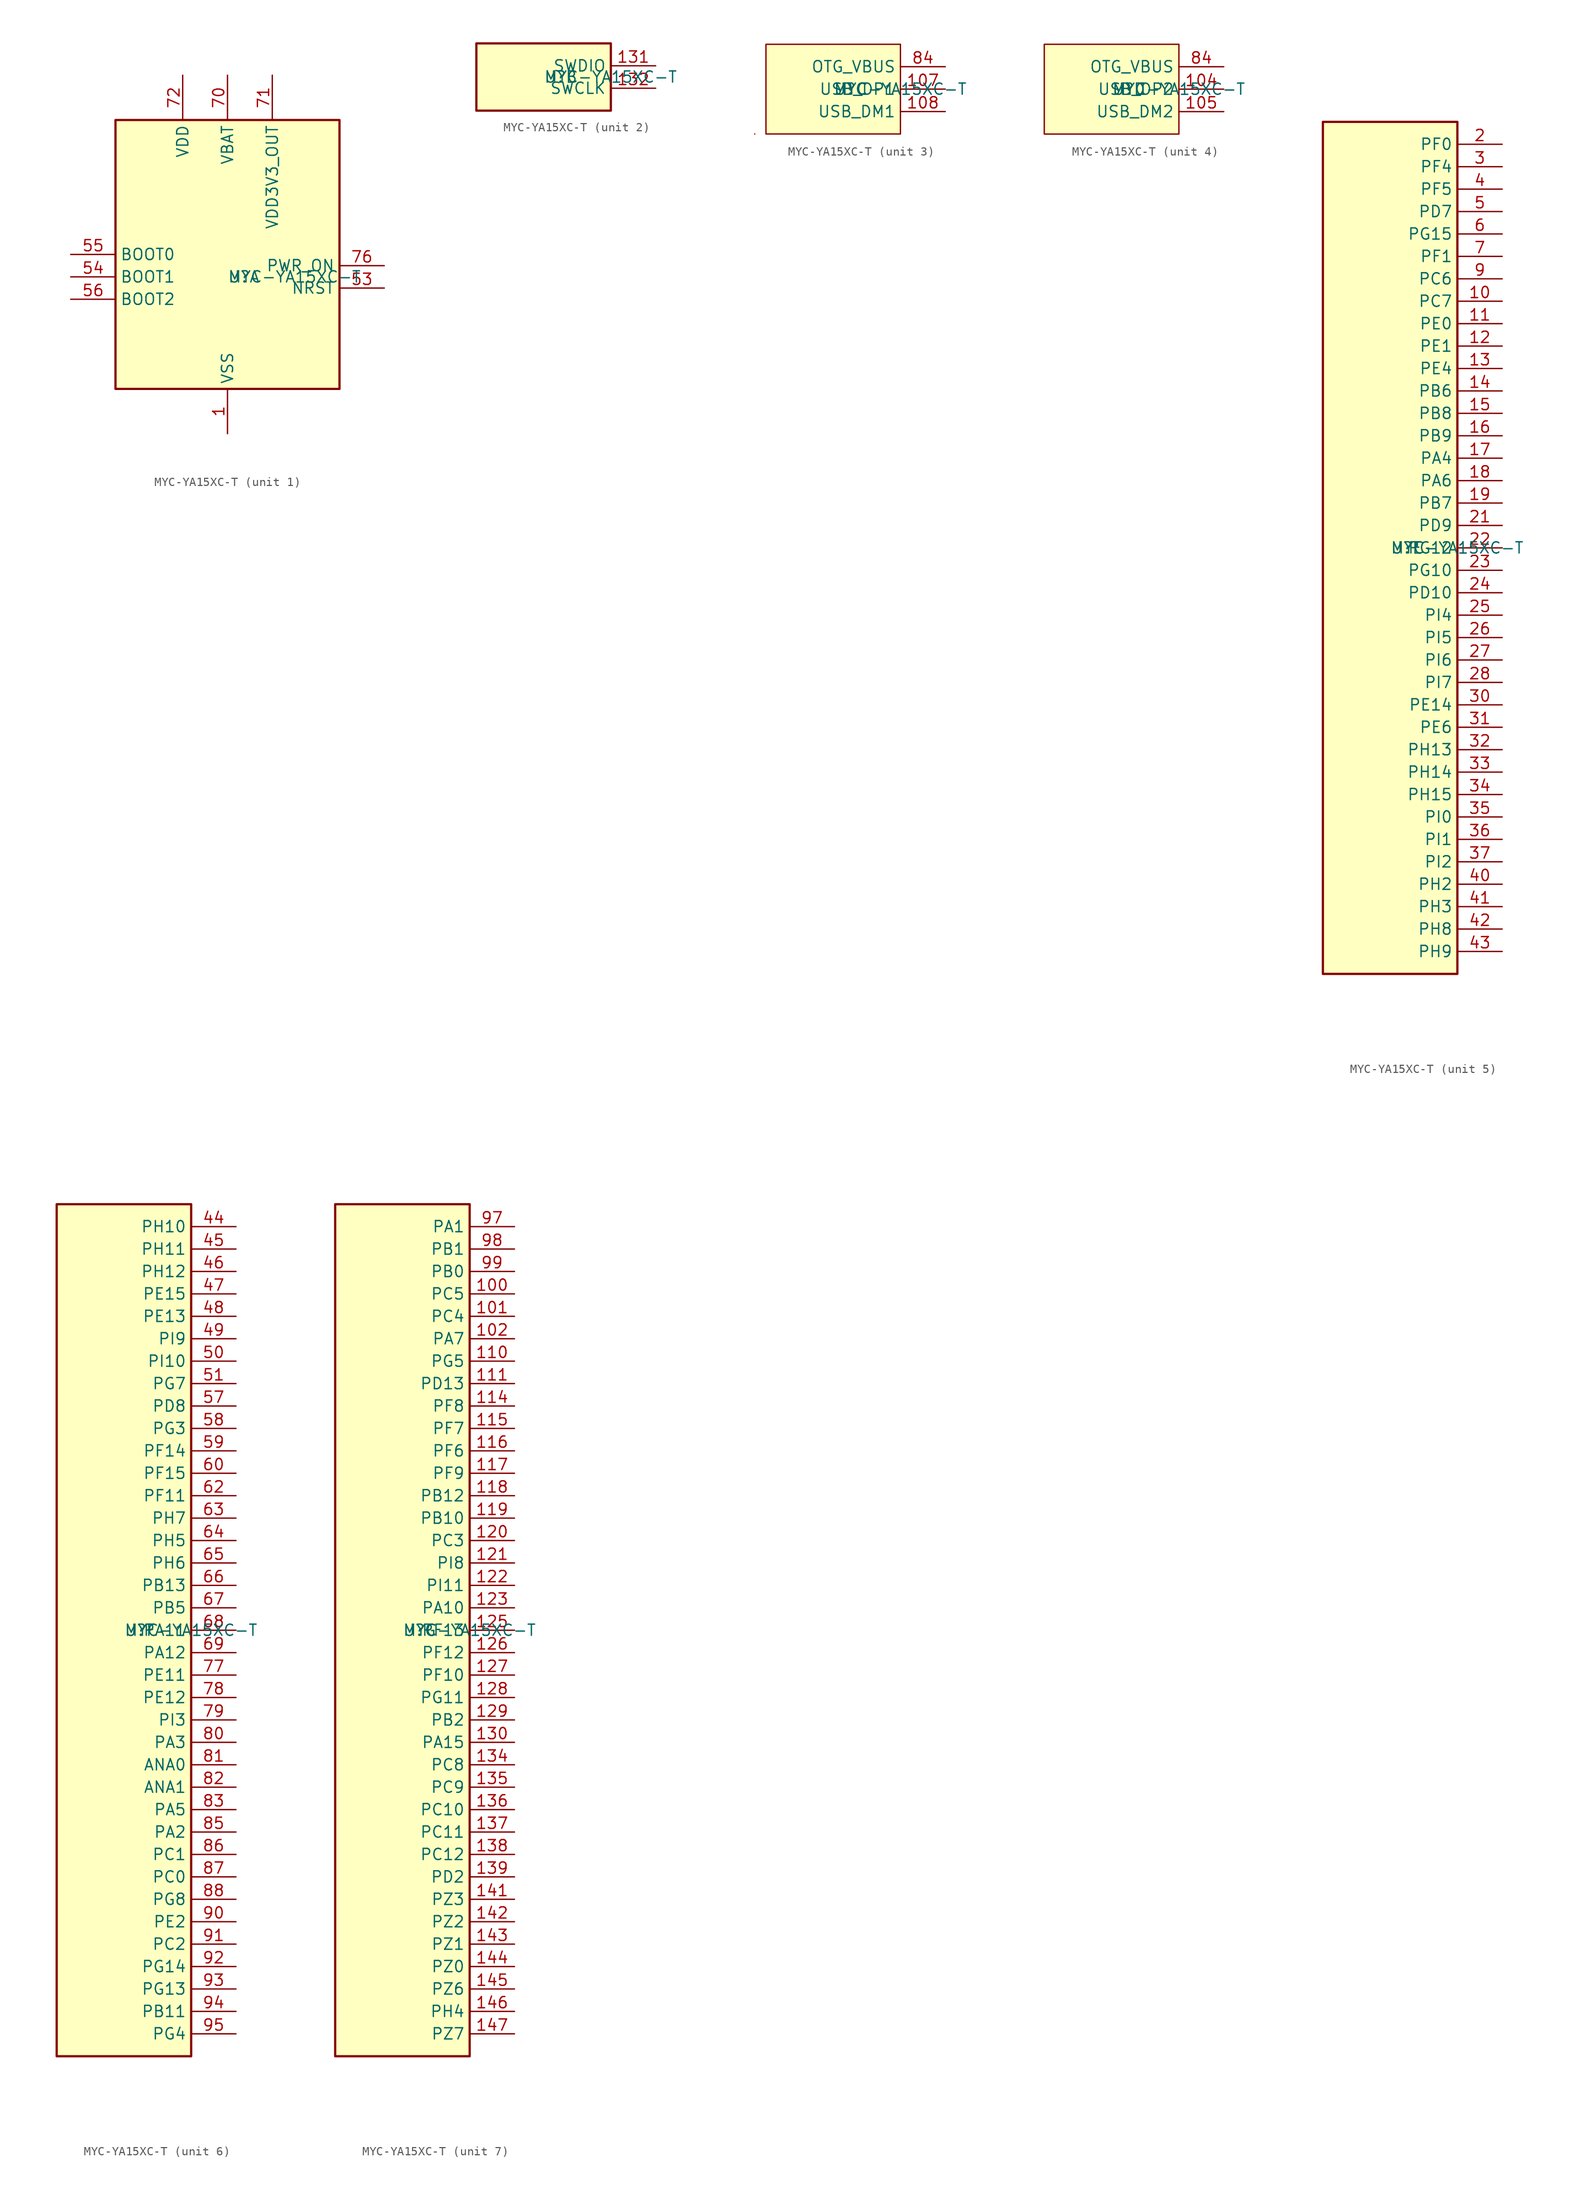
<source format=kicad_sym>
(kicad_symbol_lib
  (version 20211014)
  (generator kicad_symbol_editor)
  (symbol "MYC-YA15XC-T"
    (property "Reference" "U"
      (at 0 0 0)
      (effects (font (size 1.27 1.27)) (justify left)))
    (property "Value" "MYC-YA15XC-T"
      (at 0 0 0)
      (effects (font (size 1.27 1.27)) (justify left)))
    (property "ki_locked" ""
      (at 0 0 0)
      (effects (font (size 1.27 1.27))))
    (symbol "MYC-YA15XC-T_1_1"
      (rectangle (start -12.7 17.78) (end 12.7 -12.7) (stroke (width 0.254) (type default) (color 0 0 0 0)) (fill (type background)))
      (pin power_in line (at 0 -17.78 90) (length 5.08) (name "VSS" (effects (font (size 1.27 1.27)))) (number "1" (effects (font (size 1.27 1.27)))))
      (pin power_in line (at 0 -17.78 90) (length 5.08) hide (name "VSS" (effects (font (size 1.27 1.27)))) (number "103" (effects (font (size 1.27 1.27)))))
      (pin power_in line (at 0 -17.78 90) (length 5.08) hide (name "VSS" (effects (font (size 1.27 1.27)))) (number "106" (effects (font (size 1.27 1.27)))))
      (pin power_in line (at 0 -17.78 90) (length 5.08) hide (name "VSS" (effects (font (size 1.27 1.27)))) (number "109" (effects (font (size 1.27 1.27)))))
      (pin power_in line (at 0 -17.78 90) (length 5.08) hide (name "VSS" (effects (font (size 1.27 1.27)))) (number "112" (effects (font (size 1.27 1.27)))))
      (pin power_in line (at 0 -17.78 90) (length 5.08) hide (name "VSS" (effects (font (size 1.27 1.27)))) (number "113" (effects (font (size 1.27 1.27)))))
      (pin power_in line (at 0 -17.78 90) (length 5.08) hide (name "VSS" (effects (font (size 1.27 1.27)))) (number "124" (effects (font (size 1.27 1.27)))))
      (pin power_in line (at 0 -17.78 90) (length 5.08) hide (name "VSS" (effects (font (size 1.27 1.27)))) (number "133" (effects (font (size 1.27 1.27)))))
      (pin power_in line (at 0 -17.78 90) (length 5.08) hide (name "VSS" (effects (font (size 1.27 1.27)))) (number "140" (effects (font (size 1.27 1.27)))))
      (pin power_in line (at 0 -17.78 90) (length 5.08) hide (name "VSS" (effects (font (size 1.27 1.27)))) (number "148" (effects (font (size 1.27 1.27)))))
      (pin power_in line (at 0 -17.78 90) (length 5.08) hide (name "VSS" (effects (font (size 1.27 1.27)))) (number "20" (effects (font (size 1.27 1.27)))))
      (pin power_in line (at 0 -17.78 90) (length 5.08) hide (name "VSS" (effects (font (size 1.27 1.27)))) (number "29" (effects (font (size 1.27 1.27)))))
      (pin power_in line (at 0 -17.78 90) (length 5.08) hide (name "VSS" (effects (font (size 1.27 1.27)))) (number "38" (effects (font (size 1.27 1.27)))))
      (pin power_in line (at 0 -17.78 90) (length 5.08) hide (name "VSS" (effects (font (size 1.27 1.27)))) (number "39" (effects (font (size 1.27 1.27)))))
      (pin power_in line (at 0 -17.78 90) (length 5.08) hide (name "VSS" (effects (font (size 1.27 1.27)))) (number "52" (effects (font (size 1.27 1.27)))))
      (pin input line (at 17.78 -1.27 180) (length 5.08) (name "NRST" (effects (font (size 1.27 1.27)))) (number "53" (effects (font (size 1.27 1.27)))))
      (pin input line (at -17.78 0 0) (length 5.08) (name "BOOT1" (effects (font (size 1.27 1.27)))) (number "54" (effects (font (size 1.27 1.27)))))
      (pin input line (at -17.78 2.54 0) (length 5.08) (name "BOOT0" (effects (font (size 1.27 1.27)))) (number "55" (effects (font (size 1.27 1.27)))))
      (pin input line (at -17.78 -2.54 0) (length 5.08) (name "BOOT2" (effects (font (size 1.27 1.27)))) (number "56" (effects (font (size 1.27 1.27)))))
      (pin power_in line (at 0 -17.78 90) (length 5.08) hide (name "VSS" (effects (font (size 1.27 1.27)))) (number "61" (effects (font (size 1.27 1.27)))))
      (pin power_in line (at 0 22.86 270) (length 5.08) (name "VBAT" (effects (font (size 1.27 1.27)))) (number "70" (effects (font (size 1.27 1.27)))))
      (pin power_out line (at 5.08 22.86 270) (length 5.08) (name "VDD3V3_OUT" (effects (font (size 1.27 1.27)))) (number "71" (effects (font (size 1.27 1.27)))))
      (pin power_in line (at -5.08 22.86 270) (length 5.08) (name "VDD" (effects (font (size 1.27 1.27)))) (number "72" (effects (font (size 1.27 1.27)))))
      (pin power_in line (at -5.08 22.86 270) (length 5.08) hide (name "VDD" (effects (font (size 1.27 1.27)))) (number "73" (effects (font (size 1.27 1.27)))))
      (pin power_in line (at 0 -17.78 90) (length 5.08) hide (name "VSS" (effects (font (size 1.27 1.27)))) (number "74" (effects (font (size 1.27 1.27)))))
      (pin power_in line (at 0 -17.78 90) (length 5.08) hide (name "VSS" (effects (font (size 1.27 1.27)))) (number "75" (effects (font (size 1.27 1.27)))))
      (pin power_in line (at 17.78 1.27 180) (length 5.08) (name "PWR_ON" (effects (font (size 1.27 1.27)))) (number "76" (effects (font (size 1.27 1.27)))))
      (pin power_in line (at 0 -17.78 90) (length 5.08) hide (name "VSS" (effects (font (size 1.27 1.27)))) (number "8" (effects (font (size 1.27 1.27)))))
      (pin power_in line (at 0 -17.78 90) (length 5.08) hide (name "VSS" (effects (font (size 1.27 1.27)))) (number "84" (effects (font (size 1.27 1.27)))))
      (pin power_in line (at 0 -17.78 90) (length 5.08) hide (name "VSS" (effects (font (size 1.27 1.27)))) (number "89" (effects (font (size 1.27 1.27)))))
      (pin power_in line (at 0 -17.78 90) (length 5.08) hide (name "VSS" (effects (font (size 1.27 1.27)))) (number "96" (effects (font (size 1.27 1.27))))))
    (symbol "MYC-YA15XC-T_2_1"
      (rectangle (start -7.62 3.81) (end 7.62 -3.81) (stroke (width 0.254) (type default) (color 0 0 0 0)) (fill (type background)))
      (pin bidirectional line (at 12.7 1.27 180) (length 5.08) (name "SWDIO" (effects (font (size 1.27 1.27)))) (number "131" (effects (font (size 1.27 1.27)))))
      (pin output line (at 12.7 -1.27 180) (length 5.08) (name "SWCLK" (effects (font (size 1.27 1.27)))) (number "132" (effects (font (size 1.27 1.27))))))
    (symbol "MYC-YA15XC-T_3_1"
      (rectangle (start -8.89 -5.08) (end -8.89 -5.08) (stroke (width 0) (type default) (color 0 0 0 0)) (fill (type none)))
      (rectangle (start -7.62 5.08) (end 7.62 -5.08) (stroke (width 0) (type default) (color 0 0 0 0)) (fill (type background)))
      (pin bidirectional line (at 12.7 0 180) (length 5.08) (name "USB_DP1" (effects (font (size 1.27 1.27)))) (number "107" (effects (font (size 1.27 1.27)))) (alternate "USBH_HS1_DP" bidirectional line))
      (pin bidirectional line (at 12.7 -2.54 180) (length 5.08) (name "USB_DM1" (effects (font (size 1.27 1.27)))) (number "108" (effects (font (size 1.27 1.27)))) (alternate "USBH_HS1_DM" bidirectional line))
      (pin bidirectional line (at 12.7 2.54 180) (length 5.08) (name "OTG_VBUS" (effects (font (size 1.27 1.27)))) (number "84" (effects (font (size 1.27 1.27)))) (alternate "USB_OTG_HS_VBUS" bidirectional line)))
    (symbol "MYC-YA15XC-T_4_1"
      (rectangle (start -7.62 5.08) (end 7.62 -5.08) (stroke (width 0) (type default) (color 0 0 0 0)) (fill (type background)))
      (pin bidirectional line (at 12.7 0 180) (length 5.08) (name "USB_DP2" (effects (font (size 1.27 1.27)))) (number "104" (effects (font (size 1.27 1.27)))) (alternate "USBH_HS2_DP" bidirectional line) (alternate "USB_OTG_HS_DP" bidirectional line))
      (pin bidirectional line (at 12.7 -2.54 180) (length 5.08) (name "USB_DM2" (effects (font (size 1.27 1.27)))) (number "105" (effects (font (size 1.27 1.27)))) (alternate "USBH_HS2_DM" bidirectional line) (alternate "USB_OTG_HS_DM" bidirectional line))
      (pin bidirectional line (at 12.7 2.54 180) (length 5.08) (name "OTG_VBUS" (effects (font (size 1.27 1.27)))) (number "84" (effects (font (size 1.27 1.27)))) (alternate "USB_OTG_HS_VBUS" bidirectional line)))
    (symbol "MYC-YA15XC-T_5_1"
      (rectangle (start -7.62 48.26) (end 7.62 -48.26) (stroke (width 0.254) (type default) (color 0 0 0 0)) (fill (type background)))
      (pin bidirectional line (at 12.7 27.94 180) (length 5.08) (name "PC7" (effects (font (size 1.27 1.27)))) (number "10" (effects (font (size 1.27 1.27)))) (alternate "DCMI_D1" bidirectional line) (alternate "DFSDM1_DATIN3" bidirectional line) (alternate "HDP_HDP4" bidirectional line) (alternate "I2S3_MCK" bidirectional line) (alternate "LTDC_G6" bidirectional line) (alternate "SDMMC1_D123DIR" bidirectional line) (alternate "SDMMC1_D7" bidirectional line) (alternate "SDMMC2_D123DIR" bidirectional line) (alternate "SDMMC2_D7" bidirectional line) (alternate "TIM3_CH2" bidirectional line) (alternate "TIM8_CH2" bidirectional line) (alternate "USART6_RX" bidirectional line))
      (pin bidirectional line (at 12.7 25.4 180) (length 5.08) (name "PE0" (effects (font (size 1.27 1.27)))) (number "11" (effects (font (size 1.27 1.27)))) (alternate "DCMI_D2" bidirectional line) (alternate "FMC_NBL0" bidirectional line) (alternate "I2S3_CK" bidirectional line) (alternate "LPTIM1_ETR" bidirectional line) (alternate "LPTIM2_ETR" bidirectional line) (alternate "SAI2_MCLK_A" bidirectional line) (alternate "SAI4_MCLK_B" bidirectional line) (alternate "SPI3_SCK" bidirectional line) (alternate "TIM4_ETR" bidirectional line) (alternate "UART8_RX" bidirectional line))
      (pin bidirectional line (at 12.7 22.86 180) (length 5.08) (name "PE1" (effects (font (size 1.27 1.27)))) (number "12" (effects (font (size 1.27 1.27)))) (alternate "DCMI_D3" bidirectional line) (alternate "FMC_NBL1" bidirectional line) (alternate "I2S2_MCK" bidirectional line) (alternate "LPTIM1_IN2" bidirectional line) (alternate "SAI3_SD_B" bidirectional line) (alternate "UART8_TX" bidirectional line))
      (pin bidirectional line (at 12.7 20.32 180) (length 5.08) (name "PE4" (effects (font (size 1.27 1.27)))) (number "13" (effects (font (size 1.27 1.27)))) (alternate "DCMI_D4" bidirectional line) (alternate "DEBUG_TRACED1" bidirectional line) (alternate "DFSDM1_DATIN3" bidirectional line) (alternate "FMC_A20" bidirectional line) (alternate "LTDC_B0" bidirectional line) (alternate "SAI1_D2" bidirectional line) (alternate "SAI1_FS_A" bidirectional line) (alternate "SDMMC1_CKIN" bidirectional line) (alternate "SDMMC1_D4" bidirectional line) (alternate "SDMMC2_CKIN" bidirectional line) (alternate "SDMMC2_D4" bidirectional line) (alternate "SPI4_NSS" bidirectional line) (alternate "TIM15_CH1N" bidirectional line))
      (pin bidirectional line (at 12.7 17.78 180) (length 5.08) (name "PB6" (effects (font (size 1.27 1.27)))) (number "14" (effects (font (size 1.27 1.27)))) (alternate "CEC" bidirectional line) (alternate "DCMI_D5" bidirectional line) (alternate "DFSDM1_DATIN5" bidirectional line) (alternate "I2C1_SCL" bidirectional line) (alternate "I2C4_SCL" bidirectional line) (alternate "QUADSPI_BK1_NCS" bidirectional line) (alternate "TIM16_CH1N" bidirectional line) (alternate "TIM4_CH1" bidirectional line) (alternate "UART5_TX" bidirectional line) (alternate "USART1_TX" bidirectional line))
      (pin bidirectional line (at 12.7 15.24 180) (length 5.08) (name "PB8" (effects (font (size 1.27 1.27)))) (number "15" (effects (font (size 1.27 1.27)))) (alternate "DCMI_D6" bidirectional line) (alternate "DFSDM1_CKIN7" bidirectional line) (alternate "ETH1_TXD3" bidirectional line) (alternate "HDP_HDP6" bidirectional line) (alternate "I2C1_SCL" bidirectional line) (alternate "I2C4_SCL" bidirectional line) (alternate "LTDC_B6" bidirectional line) (alternate "SDMMC1_CKIN" bidirectional line) (alternate "SDMMC1_D4" bidirectional line) (alternate "SDMMC2_CKIN" bidirectional line) (alternate "SDMMC2_D4" bidirectional line) (alternate "TIM16_CH1" bidirectional line) (alternate "TIM4_CH3" bidirectional line) (alternate "UART4_RX" bidirectional line))
      (pin bidirectional line (at 12.7 12.7 180) (length 5.08) (name "PB9" (effects (font (size 1.27 1.27)))) (number "16" (effects (font (size 1.27 1.27)))) (alternate "DAC1_EXTI9" bidirectional line) (alternate "DCMI_D7" bidirectional line) (alternate "DFSDM1_DATIN7" bidirectional line) (alternate "HDP_HDP7" bidirectional line) (alternate "I2C1_SDA" bidirectional line) (alternate "I2C4_SDA" bidirectional line) (alternate "I2S2_WS" bidirectional line) (alternate "LTDC_B7" bidirectional line) (alternate "SDMMC1_CDIR" bidirectional line) (alternate "SDMMC1_D5" bidirectional line) (alternate "SDMMC2_CDIR" bidirectional line) (alternate "SDMMC2_D5" bidirectional line) (alternate "SPI2_NSS" bidirectional line) (alternate "TIM17_CH1" bidirectional line) (alternate "TIM4_CH4" bidirectional line) (alternate "UART4_TX" bidirectional line))
      (pin bidirectional line (at 12.7 10.16 180) (length 5.08) (name "PA4" (effects (font (size 1.27 1.27)))) (number "17" (effects (font (size 1.27 1.27)))) (alternate "ADC1_INP18" bidirectional line) (alternate "ADC2_INP18" bidirectional line) (alternate "DAC1_OUT1" bidirectional line) (alternate "DCMI_HSYNC" bidirectional line) (alternate "HDP_HDP0" bidirectional line) (alternate "I2S1_WS" bidirectional line) (alternate "I2S3_WS" bidirectional line) (alternate "LTDC_VSYNC" bidirectional line) (alternate "SAI4_D2" bidirectional line) (alternate "SAI4_FS_A" bidirectional line) (alternate "SPI1_NSS" bidirectional line) (alternate "SPI3_NSS" bidirectional line) (alternate "SPI6_NSS" bidirectional line) (alternate "TIM5_ETR" bidirectional line) (alternate "USART2_CK" bidirectional line))
      (pin bidirectional line (at 12.7 7.62 180) (length 5.08) (name "PA6" (effects (font (size 1.27 1.27)))) (number "18" (effects (font (size 1.27 1.27)))) (alternate "ADC1_INP3" bidirectional line) (alternate "ADC2_INP3" bidirectional line) (alternate "DCMI_PIXCLK" bidirectional line) (alternate "I2S1_SDI" bidirectional line) (alternate "LTDC_G2" bidirectional line) (alternate "SAI4_CK2" bidirectional line) (alternate "SAI4_SCK_A" bidirectional line) (alternate "SPI1_MISO" bidirectional line) (alternate "SPI6_MISO" bidirectional line) (alternate "TIM13_CH1" bidirectional line) (alternate "TIM1_BKIN" bidirectional line) (alternate "TIM3_CH1" bidirectional line) (alternate "TIM8_BKIN" bidirectional line))
      (pin bidirectional line (at 12.7 5.08 180) (length 5.08) (name "PB7" (effects (font (size 1.27 1.27)))) (number "19" (effects (font (size 1.27 1.27)))) (alternate "DCMI_VSYNC" bidirectional line) (alternate "DFSDM1_CKIN5" bidirectional line) (alternate "FMC_NL" bidirectional line) (alternate "I2C1_SDA" bidirectional line) (alternate "I2C4_SDA" bidirectional line) (alternate "SDMMC2_D1" bidirectional line) (alternate "TIM17_CH1N" bidirectional line) (alternate "TIM4_CH2" bidirectional line) (alternate "USART1_RX" bidirectional line))
      (pin bidirectional line (at 12.7 45.72 180) (length 5.08) (name "PF0" (effects (font (size 1.27 1.27)))) (number "2" (effects (font (size 1.27 1.27)))) (alternate "FMC_A0" bidirectional line) (alternate "I2C2_SDA" bidirectional line) (alternate "SDMMC3_CKIN" bidirectional line) (alternate "SDMMC3_D0" bidirectional line))
      (pin bidirectional line (at 12.7 2.54 180) (length 5.08) (name "PD9" (effects (font (size 1.27 1.27)))) (number "21" (effects (font (size 1.27 1.27)))) (alternate "DAC1_EXTI9" bidirectional line) (alternate "DCMI_HSYNC" bidirectional line) (alternate "DFSDM1_DATIN3" bidirectional line) (alternate "FMC_D14" bidirectional line) (alternate "FMC_DA14" bidirectional line) (alternate "LTDC_B0" bidirectional line) (alternate "SAI3_SD_B" bidirectional line) (alternate "USART3_RX" bidirectional line))
      (pin bidirectional line (at 12.7 0 180) (length 5.08) (name "PG12" (effects (font (size 1.27 1.27)))) (number "22" (effects (font (size 1.27 1.27)))) (alternate "ETH1_PHY_INTN" bidirectional line) (alternate "FMC_NE4" bidirectional line) (alternate "LPTIM1_IN1" bidirectional line) (alternate "LTDC_B1" bidirectional line) (alternate "LTDC_B4" bidirectional line) (alternate "SAI4_CK2" bidirectional line) (alternate "SAI4_SCK_A" bidirectional line) (alternate "SPDIFRX_IN1" bidirectional line) (alternate "SPI6_MISO" bidirectional line) (alternate "USART6_DE" bidirectional line) (alternate "USART6_RTS" bidirectional line))
      (pin bidirectional line (at 12.7 -2.54 180) (length 5.08) (name "PG10" (effects (font (size 1.27 1.27)))) (number "23" (effects (font (size 1.27 1.27)))) (alternate "DCMI_D2" bidirectional line) (alternate "DEBUG_TRACED10" bidirectional line) (alternate "FMC_NE3" bidirectional line) (alternate "LTDC_B2" bidirectional line) (alternate "LTDC_G3" bidirectional line) (alternate "QUADSPI_BK2_IO2" bidirectional line) (alternate "SAI2_SD_B" bidirectional line) (alternate "UART8_CTS" bidirectional line))
      (pin bidirectional line (at 12.7 -5.08 180) (length 5.08) (name "PD10" (effects (font (size 1.27 1.27)))) (number "24" (effects (font (size 1.27 1.27)))) (alternate "DFSDM1_CKOUT" bidirectional line) (alternate "FMC_D15" bidirectional line) (alternate "FMC_DA15" bidirectional line) (alternate "I2C5_SMBA" bidirectional line) (alternate "I2S3_SDI" bidirectional line) (alternate "LTDC_B3" bidirectional line) (alternate "RTC_REFIN" bidirectional line) (alternate "SAI3_FS_B" bidirectional line) (alternate "SPI3_MISO" bidirectional line) (alternate "TIM16_BKIN" bidirectional line) (alternate "USART3_CK" bidirectional line))
      (pin bidirectional line (at 12.7 -7.62 180) (length 5.08) (name "PI4" (effects (font (size 1.27 1.27)))) (number "25" (effects (font (size 1.27 1.27)))) (alternate "DCMI_D5" bidirectional line) (alternate "LTDC_B4" bidirectional line) (alternate "SAI2_MCLK_A" bidirectional line) (alternate "TIM8_BKIN" bidirectional line))
      (pin bidirectional line (at 12.7 -10.16 180) (length 5.08) (name "PI5" (effects (font (size 1.27 1.27)))) (number "26" (effects (font (size 1.27 1.27)))) (alternate "DCMI_VSYNC" bidirectional line) (alternate "LTDC_B5" bidirectional line) (alternate "SAI2_SCK_A" bidirectional line) (alternate "TIM8_CH1" bidirectional line))
      (pin bidirectional line (at 12.7 -12.7 180) (length 5.08) (name "PI6" (effects (font (size 1.27 1.27)))) (number "27" (effects (font (size 1.27 1.27)))) (alternate "DCMI_D6" bidirectional line) (alternate "LTDC_B6" bidirectional line) (alternate "SAI2_SD_A" bidirectional line) (alternate "TIM8_CH2" bidirectional line))
      (pin bidirectional line (at 12.7 -15.24 180) (length 5.08) (name "PI7" (effects (font (size 1.27 1.27)))) (number "28" (effects (font (size 1.27 1.27)))) (alternate "DCMI_D7" bidirectional line) (alternate "LTDC_B7" bidirectional line) (alternate "SAI2_FS_A" bidirectional line) (alternate "TIM8_CH3" bidirectional line))
      (pin bidirectional line (at 12.7 43.18 180) (length 5.08) (name "PF4" (effects (font (size 1.27 1.27)))) (number "3" (effects (font (size 1.27 1.27)))) (alternate "FMC_A4" bidirectional line) (alternate "SDMMC3_D1" bidirectional line) (alternate "SDMMC3_D123DIR" bidirectional line) (alternate "USART2_RX" bidirectional line))
      (pin bidirectional line (at 12.7 -17.78 180) (length 5.08) (name "PE14" (effects (font (size 1.27 1.27)))) (number "30" (effects (font (size 1.27 1.27)))) (alternate "FMC_D11" bidirectional line) (alternate "FMC_DA11" bidirectional line) (alternate "LTDC_CLK" bidirectional line) (alternate "LTDC_G0" bidirectional line) (alternate "SAI2_MCLK_B" bidirectional line) (alternate "SDMMC1_D123DIR" bidirectional line) (alternate "SPI4_MOSI" bidirectional line) (alternate "TIM1_CH4" bidirectional line) (alternate "UART8_DE" bidirectional line) (alternate "UART8_RTS" bidirectional line))
      (pin bidirectional line (at 12.7 -20.32 180) (length 5.08) (name "PE6" (effects (font (size 1.27 1.27)))) (number "31" (effects (font (size 1.27 1.27)))) (alternate "DCMI_D7" bidirectional line) (alternate "DEBUG_TRACED2" bidirectional line) (alternate "FMC_A22" bidirectional line) (alternate "LTDC_G1" bidirectional line) (alternate "SAI1_D1" bidirectional line) (alternate "SAI1_SD_A" bidirectional line) (alternate "SAI2_MCLK_B" bidirectional line) (alternate "SDMMC1_D2" bidirectional line) (alternate "SDMMC2_D0" bidirectional line) (alternate "SPI4_MOSI" bidirectional line) (alternate "TIM15_CH2" bidirectional line) (alternate "TIM1_BKIN2" bidirectional line))
      (pin bidirectional line (at 12.7 -22.86 180) (length 5.08) (name "PH13" (effects (font (size 1.27 1.27)))) (number "32" (effects (font (size 1.27 1.27)))) (alternate "LTDC_G2" bidirectional line) (alternate "TIM8_CH1N" bidirectional line) (alternate "UART4_TX" bidirectional line))
      (pin bidirectional line (at 12.7 -25.4 180) (length 5.08) (name "PH14" (effects (font (size 1.27 1.27)))) (number "33" (effects (font (size 1.27 1.27)))) (alternate "DCMI_D4" bidirectional line) (alternate "LTDC_G3" bidirectional line) (alternate "TIM8_CH2N" bidirectional line) (alternate "UART4_RX" bidirectional line))
      (pin bidirectional line (at 12.7 -27.94 180) (length 5.08) (name "PH15" (effects (font (size 1.27 1.27)))) (number "34" (effects (font (size 1.27 1.27)))) (alternate "ADC1_EXTI15" bidirectional line) (alternate "ADC2_EXTI15" bidirectional line) (alternate "DCMI_D11" bidirectional line) (alternate "LTDC_G4" bidirectional line) (alternate "TIM8_CH3N" bidirectional line))
      (pin bidirectional line (at 12.7 -30.48 180) (length 5.08) (name "PI0" (effects (font (size 1.27 1.27)))) (number "35" (effects (font (size 1.27 1.27)))) (alternate "DCMI_D13" bidirectional line) (alternate "I2S2_WS" bidirectional line) (alternate "LTDC_G5" bidirectional line) (alternate "SPI2_NSS" bidirectional line) (alternate "TIM5_CH4" bidirectional line))
      (pin bidirectional line (at 12.7 -33.02 180) (length 5.08) (name "PI1" (effects (font (size 1.27 1.27)))) (number "36" (effects (font (size 1.27 1.27)))) (alternate "DCMI_D8" bidirectional line) (alternate "I2S2_CK" bidirectional line) (alternate "LTDC_G6" bidirectional line) (alternate "SPI2_SCK" bidirectional line) (alternate "TIM8_BKIN2" bidirectional line))
      (pin bidirectional line (at 12.7 -35.56 180) (length 5.08) (name "PI2" (effects (font (size 1.27 1.27)))) (number "37" (effects (font (size 1.27 1.27)))) (alternate "DCMI_D9" bidirectional line) (alternate "I2S2_SDI" bidirectional line) (alternate "LTDC_G7" bidirectional line) (alternate "SPI2_MISO" bidirectional line) (alternate "TIM8_CH4" bidirectional line))
      (pin bidirectional line (at 12.7 40.64 180) (length 5.08) (name "PF5" (effects (font (size 1.27 1.27)))) (number "4" (effects (font (size 1.27 1.27)))) (alternate "FMC_A5" bidirectional line) (alternate "SDMMC3_D2" bidirectional line) (alternate "USART2_TX" bidirectional line))
      (pin bidirectional line (at 12.7 -38.1 180) (length 5.08) (name "PH2" (effects (font (size 1.27 1.27)))) (number "40" (effects (font (size 1.27 1.27)))) (alternate "ETH1_CRS" bidirectional line) (alternate "LPTIM1_IN2" bidirectional line) (alternate "LTDC_R0" bidirectional line) (alternate "QUADSPI_BK2_IO0" bidirectional line) (alternate "SAI2_SCK_B" bidirectional line))
      (pin bidirectional line (at 12.7 -40.64 180) (length 5.08) (name "PH3" (effects (font (size 1.27 1.27)))) (number "41" (effects (font (size 1.27 1.27)))) (alternate "DFSDM1_CKIN4" bidirectional line) (alternate "ETH1_COL" bidirectional line) (alternate "LTDC_R1" bidirectional line) (alternate "QUADSPI_BK2_IO1" bidirectional line) (alternate "SAI2_MCLK_B" bidirectional line))
      (pin bidirectional line (at 12.7 -43.18 180) (length 5.08) (name "PH8" (effects (font (size 1.27 1.27)))) (number "42" (effects (font (size 1.27 1.27)))) (alternate "DCMI_HSYNC" bidirectional line) (alternate "I2C3_SDA" bidirectional line) (alternate "LTDC_R2" bidirectional line) (alternate "TIM5_ETR" bidirectional line))
      (pin bidirectional line (at 12.7 -45.72 180) (length 5.08) (name "PH9" (effects (font (size 1.27 1.27)))) (number "43" (effects (font (size 1.27 1.27)))) (alternate "DAC1_EXTI9" bidirectional line) (alternate "DCMI_D0" bidirectional line) (alternate "I2C3_SMBA" bidirectional line) (alternate "LTDC_R3" bidirectional line) (alternate "TIM12_CH2" bidirectional line))
      (pin bidirectional line (at 12.7 38.1 180) (length 5.08) (name "PD7" (effects (font (size 1.27 1.27)))) (number "5" (effects (font (size 1.27 1.27)))) (alternate "DEBUG_TRACED6" bidirectional line) (alternate "DFSDM1_CKIN1" bidirectional line) (alternate "DFSDM1_DATIN4" bidirectional line) (alternate "FMC_NE1" bidirectional line) (alternate "I2C2_SCL" bidirectional line) (alternate "SDMMC3_D3" bidirectional line) (alternate "SPDIFRX_IN0" bidirectional line) (alternate "USART2_CK" bidirectional line))
      (pin bidirectional line (at 12.7 35.56 180) (length 5.08) (name "PG15" (effects (font (size 1.27 1.27)))) (number "6" (effects (font (size 1.27 1.27)))) (alternate "ADC1_EXTI15" bidirectional line) (alternate "ADC2_EXTI15" bidirectional line) (alternate "DCMI_D13" bidirectional line) (alternate "DEBUG_TRACED7" bidirectional line) (alternate "I2C2_SDA" bidirectional line) (alternate "SAI1_D2" bidirectional line) (alternate "SAI1_FS_A" bidirectional line) (alternate "SDMMC3_CK" bidirectional line) (alternate "USART6_CTS" bidirectional line) (alternate "USART6_NSS" bidirectional line))
      (pin bidirectional line (at 12.7 33.02 180) (length 5.08) (name "PF1" (effects (font (size 1.27 1.27)))) (number "7" (effects (font (size 1.27 1.27)))) (alternate "FMC_A1" bidirectional line) (alternate "I2C2_SCL" bidirectional line) (alternate "SDMMC3_CDIR" bidirectional line) (alternate "SDMMC3_CMD" bidirectional line))
      (pin bidirectional line (at 12.7 30.48 180) (length 5.08) (name "PC6" (effects (font (size 1.27 1.27)))) (number "9" (effects (font (size 1.27 1.27)))) (alternate "DCMI_D0" bidirectional line) (alternate "DFSDM1_CKIN3" bidirectional line) (alternate "HDP_HDP1" bidirectional line) (alternate "I2S2_MCK" bidirectional line) (alternate "LTDC_HSYNC" bidirectional line) (alternate "SDMMC1_D0DIR" bidirectional line) (alternate "SDMMC1_D6" bidirectional line) (alternate "SDMMC2_D0DIR" bidirectional line) (alternate "SDMMC2_D6" bidirectional line) (alternate "TIM3_CH1" bidirectional line) (alternate "TIM8_CH1" bidirectional line) (alternate "USART6_TX" bidirectional line)))
    (symbol "MYC-YA15XC-T_6_1"
      (rectangle (start -7.62 48.26) (end 7.62 -48.26) (stroke (width 0.254) (type default) (color 0 0 0 0)) (fill (type background)))
      (pin bidirectional line (at 12.7 45.72 180) (length 5.08) (name "PH10" (effects (font (size 1.27 1.27)))) (number "44" (effects (font (size 1.27 1.27)))) (alternate "DCMI_D1" bidirectional line) (alternate "I2C1_SMBA" bidirectional line) (alternate "I2C4_SMBA" bidirectional line) (alternate "LTDC_R4" bidirectional line) (alternate "TIM5_CH1" bidirectional line))
      (pin bidirectional line (at 12.7 43.18 180) (length 5.08) (name "PH11" (effects (font (size 1.27 1.27)))) (number "45" (effects (font (size 1.27 1.27)))) (alternate "ADC1_EXTI11" bidirectional line) (alternate "ADC2_EXTI11" bidirectional line) (alternate "DCMI_D2" bidirectional line) (alternate "I2C1_SCL" bidirectional line) (alternate "I2C4_SCL" bidirectional line) (alternate "LTDC_R5" bidirectional line) (alternate "TIM5_CH2" bidirectional line))
      (pin bidirectional line (at 12.7 40.64 180) (length 5.08) (name "PH12" (effects (font (size 1.27 1.27)))) (number "46" (effects (font (size 1.27 1.27)))) (alternate "DCMI_D3" bidirectional line) (alternate "HDP_HDP2" bidirectional line) (alternate "I2C1_SDA" bidirectional line) (alternate "I2C4_SDA" bidirectional line) (alternate "LTDC_R6" bidirectional line) (alternate "TIM5_CH3" bidirectional line))
      (pin bidirectional line (at 12.7 38.1 180) (length 5.08) (name "PE15" (effects (font (size 1.27 1.27)))) (number "47" (effects (font (size 1.27 1.27)))) (alternate "ADC1_EXTI15" bidirectional line) (alternate "ADC2_EXTI15" bidirectional line) (alternate "FMC_D12" bidirectional line) (alternate "FMC_DA12" bidirectional line) (alternate "FMC_NCE2" bidirectional line) (alternate "HDP_HDP3" bidirectional line) (alternate "LTDC_R7" bidirectional line) (alternate "TIM15_BKIN" bidirectional line) (alternate "TIM1_BKIN" bidirectional line) (alternate "UART8_CTS" bidirectional line) (alternate "USART2_CTS" bidirectional line) (alternate "USART2_NSS" bidirectional line))
      (pin bidirectional line (at 12.7 35.56 180) (length 5.08) (name "PE13" (effects (font (size 1.27 1.27)))) (number "48" (effects (font (size 1.27 1.27)))) (alternate "DCMI_D6" bidirectional line) (alternate "DFSDM1_CKIN5" bidirectional line) (alternate "FMC_D10" bidirectional line) (alternate "FMC_DA10" bidirectional line) (alternate "HDP_HDP2" bidirectional line) (alternate "LTDC_DE" bidirectional line) (alternate "SAI2_FS_B" bidirectional line) (alternate "SPI4_MISO" bidirectional line) (alternate "TIM1_CH3" bidirectional line))
      (pin bidirectional line (at 12.7 33.02 180) (length 5.08) (name "PI9" (effects (font (size 1.27 1.27)))) (number "49" (effects (font (size 1.27 1.27)))) (alternate "DAC1_EXTI9" bidirectional line) (alternate "HDP_HDP1" bidirectional line) (alternate "LTDC_VSYNC" bidirectional line) (alternate "UART4_RX" bidirectional line))
      (pin bidirectional line (at 12.7 30.48 180) (length 5.08) (name "PI10" (effects (font (size 1.27 1.27)))) (number "50" (effects (font (size 1.27 1.27)))) (alternate "ETH1_RX_ER" bidirectional line) (alternate "HDP_HDP0" bidirectional line) (alternate "LTDC_HSYNC" bidirectional line) (alternate "USART3_CTS" bidirectional line) (alternate "USART3_NSS" bidirectional line))
      (pin bidirectional line (at 12.7 27.94 180) (length 5.08) (name "PG7" (effects (font (size 1.27 1.27)))) (number "51" (effects (font (size 1.27 1.27)))) (alternate "DCMI_D13" bidirectional line) (alternate "DEBUG_TRACED5" bidirectional line) (alternate "LTDC_CLK" bidirectional line) (alternate "QUADSPI_BK2_IO3" bidirectional line) (alternate "QUADSPI_CLK" bidirectional line) (alternate "SAI1_MCLK_A" bidirectional line) (alternate "UART8_DE" bidirectional line) (alternate "UART8_RTS" bidirectional line) (alternate "USART6_CK" bidirectional line))
      (pin bidirectional line (at 12.7 25.4 180) (length 5.08) (name "PD8" (effects (font (size 1.27 1.27)))) (number "57" (effects (font (size 1.27 1.27)))) (alternate "DFSDM1_CKIN3" bidirectional line) (alternate "FMC_D13" bidirectional line) (alternate "FMC_DA13" bidirectional line) (alternate "LTDC_B7" bidirectional line) (alternate "SAI3_SCK_B" bidirectional line) (alternate "SPDIFRX_IN1" bidirectional line) (alternate "USART3_TX" bidirectional line))
      (pin bidirectional line (at 12.7 22.86 180) (length 5.08) (name "PG3" (effects (font (size 1.27 1.27)))) (number "58" (effects (font (size 1.27 1.27)))) (alternate "DEBUG_TRACED3" bidirectional line) (alternate "DFSDM1_CKIN1" bidirectional line) (alternate "ETH1_TXD7" bidirectional line) (alternate "FMC_A13" bidirectional line) (alternate "TIM8_BKIN2" bidirectional line))
      (pin bidirectional line (at 12.7 20.32 180) (length 5.08) (name "PF14" (effects (font (size 1.27 1.27)))) (number "59" (effects (font (size 1.27 1.27)))) (alternate "ADC2_INN2" bidirectional line) (alternate "ADC2_INP6" bidirectional line) (alternate "DEBUG_TRACED6" bidirectional line) (alternate "DFSDM1_CKIN6" bidirectional line) (alternate "ETH1_RXD6" bidirectional line) (alternate "FMC_A8" bidirectional line) (alternate "I2C1_SCL" bidirectional line) (alternate "I2C4_SCL" bidirectional line))
      (pin bidirectional line (at 12.7 17.78 180) (length 5.08) (name "PF15" (effects (font (size 1.27 1.27)))) (number "60" (effects (font (size 1.27 1.27)))) (alternate "ADC1_EXTI15" bidirectional line) (alternate "ADC2_EXTI15" bidirectional line) (alternate "DEBUG_TRACED7" bidirectional line) (alternate "ETH1_RXD7" bidirectional line) (alternate "FMC_A9" bidirectional line) (alternate "I2C1_SDA" bidirectional line) (alternate "I2C4_SDA" bidirectional line))
      (pin bidirectional line (at 12.7 15.24 180) (length 5.08) (name "PF11" (effects (font (size 1.27 1.27)))) (number "62" (effects (font (size 1.27 1.27)))) (alternate "ADC1_EXTI11" bidirectional line) (alternate "ADC1_INP2" bidirectional line) (alternate "ADC2_EXTI11" bidirectional line) (alternate "DCMI_D12" bidirectional line) (alternate "LTDC_G5" bidirectional line) (alternate "SAI2_SD_B" bidirectional line) (alternate "SPI5_MOSI" bidirectional line))
      (pin bidirectional line (at 12.7 12.7 180) (length 5.08) (name "PH7" (effects (font (size 1.27 1.27)))) (number "63" (effects (font (size 1.27 1.27)))) (alternate "DCMI_D9" bidirectional line) (alternate "ETH1_RXD3" bidirectional line) (alternate "I2C3_SCL" bidirectional line) (alternate "SPI5_MISO" bidirectional line))
      (pin bidirectional line (at 12.7 10.16 180) (length 5.08) (name "PH5" (effects (font (size 1.27 1.27)))) (number "64" (effects (font (size 1.27 1.27)))) (alternate "I2C2_SDA" bidirectional line) (alternate "SAI4_SD_B" bidirectional line) (alternate "SPI5_NSS" bidirectional line))
      (pin bidirectional line (at 12.7 7.62 180) (length 5.08) (name "PH6" (effects (font (size 1.27 1.27)))) (number "65" (effects (font (size 1.27 1.27)))) (alternate "DCMI_D8" bidirectional line) (alternate "ETH1_RXD2" bidirectional line) (alternate "I2C2_SMBA" bidirectional line) (alternate "SPI5_SCK" bidirectional line) (alternate "TIM12_CH1" bidirectional line))
      (pin bidirectional line (at 12.7 5.08 180) (length 5.08) (name "PB13" (effects (font (size 1.27 1.27)))) (number "66" (effects (font (size 1.27 1.27)))) (alternate "DFSDM1_CKIN1" bidirectional line) (alternate "DFSDM1_CKOUT" bidirectional line) (alternate "ETH1_TXD1" bidirectional line) (alternate "I2S2_CK" bidirectional line) (alternate "LPTIM2_OUT" bidirectional line) (alternate "SPI2_SCK" bidirectional line) (alternate "TIM1_CH1N" bidirectional line) (alternate "UART5_TX" bidirectional line) (alternate "USART3_CTS" bidirectional line) (alternate "USART3_NSS" bidirectional line))
      (pin bidirectional line (at 12.7 2.54 180) (length 5.08) (name "PB5" (effects (font (size 1.27 1.27)))) (number "67" (effects (font (size 1.27 1.27)))) (alternate "DCMI_D10" bidirectional line) (alternate "ETH1_CLK" bidirectional line) (alternate "ETH1_PPS_OUT" bidirectional line) (alternate "I2C1_SMBA" bidirectional line) (alternate "I2C4_SMBA" bidirectional line) (alternate "I2S1_SDO" bidirectional line) (alternate "I2S3_SDO" bidirectional line) (alternate "LTDC_G7" bidirectional line) (alternate "SAI4_D1" bidirectional line) (alternate "SAI4_SD_A" bidirectional line) (alternate "SPI1_MOSI" bidirectional line) (alternate "SPI3_MOSI" bidirectional line) (alternate "SPI6_MOSI" bidirectional line) (alternate "TIM17_BKIN" bidirectional line) (alternate "TIM3_CH2" bidirectional line) (alternate "UART5_RX" bidirectional line))
      (pin bidirectional line (at 12.7 0 180) (length 5.08) (name "PA11" (effects (font (size 1.27 1.27)))) (number "68" (effects (font (size 1.27 1.27)))) (alternate "ADC1_EXTI11" bidirectional line) (alternate "ADC2_EXTI11" bidirectional line) (alternate "I2C5_SCL" bidirectional line) (alternate "I2C6_SCL" bidirectional line) (alternate "I2S2_WS" bidirectional line) (alternate "LTDC_R4" bidirectional line) (alternate "SPI2_NSS" bidirectional line) (alternate "TIM1_CH4" bidirectional line) (alternate "UART4_RX" bidirectional line) (alternate "USART1_CTS" bidirectional line) (alternate "USART1_NSS" bidirectional line))
      (pin bidirectional line (at 12.7 -2.54 180) (length 5.08) (name "PA12" (effects (font (size 1.27 1.27)))) (number "69" (effects (font (size 1.27 1.27)))) (alternate "I2C5_SDA" bidirectional line) (alternate "I2C6_SDA" bidirectional line) (alternate "LTDC_R5" bidirectional line) (alternate "SAI2_FS_B" bidirectional line) (alternate "TIM1_ETR" bidirectional line) (alternate "UART4_TX" bidirectional line) (alternate "USART1_DE" bidirectional line) (alternate "USART1_RTS" bidirectional line))
      (pin bidirectional line (at 12.7 -5.08 180) (length 5.08) (name "PE11" (effects (font (size 1.27 1.27)))) (number "77" (effects (font (size 1.27 1.27)))) (alternate "ADC1_EXTI11" bidirectional line) (alternate "ADC2_EXTI11" bidirectional line) (alternate "DCMI_D4" bidirectional line) (alternate "DFSDM1_CKIN4" bidirectional line) (alternate "FMC_D8" bidirectional line) (alternate "FMC_DA8" bidirectional line) (alternate "LTDC_G3" bidirectional line) (alternate "SAI2_SD_B" bidirectional line) (alternate "SPI4_NSS" bidirectional line) (alternate "TIM1_CH2" bidirectional line) (alternate "USART6_CK" bidirectional line))
      (pin bidirectional line (at 12.7 -7.62 180) (length 5.08) (name "PE12" (effects (font (size 1.27 1.27)))) (number "78" (effects (font (size 1.27 1.27)))) (alternate "DFSDM1_DATIN5" bidirectional line) (alternate "FMC_D9" bidirectional line) (alternate "FMC_DA9" bidirectional line) (alternate "LTDC_B4" bidirectional line) (alternate "SAI2_SCK_B" bidirectional line) (alternate "SDMMC1_D0DIR" bidirectional line) (alternate "SPI4_SCK" bidirectional line) (alternate "TIM1_CH3N" bidirectional line))
      (pin bidirectional line (at 12.7 -10.16 180) (length 5.08) (name "PI3" (effects (font (size 1.27 1.27)))) (number "79" (effects (font (size 1.27 1.27)))) (alternate "DCMI_D10" bidirectional line) (alternate "I2S2_SDO" bidirectional line) (alternate "SPI2_MOSI" bidirectional line) (alternate "TIM8_ETR" bidirectional line))
      (pin bidirectional line (at 12.7 -12.7 180) (length 5.08) (name "PA3" (effects (font (size 1.27 1.27)))) (number "80" (effects (font (size 1.27 1.27)))) (alternate "ADC1_INP15" bidirectional line) (alternate "ETH1_COL" bidirectional line) (alternate "LPTIM5_OUT" bidirectional line) (alternate "LTDC_B2" bidirectional line) (alternate "LTDC_B5" bidirectional line) (alternate "PWR_PVD_IN" bidirectional line) (alternate "TIM15_CH2" bidirectional line) (alternate "TIM2_CH4" bidirectional line) (alternate "TIM5_CH4" bidirectional line) (alternate "USART2_RX" bidirectional line))
      (pin bidirectional line (at 12.7 -15.24 180) (length 5.08) (name "ANA0" (effects (font (size 1.27 1.27)))) (number "81" (effects (font (size 1.27 1.27)))) (alternate "ADC1_INN1" bidirectional line) (alternate "ADC1_INP0" bidirectional line) (alternate "ADC2_INN1" bidirectional line) (alternate "ADC2_INP0" bidirectional line))
      (pin bidirectional line (at 12.7 -17.78 180) (length 5.08) (name "ANA1" (effects (font (size 1.27 1.27)))) (number "82" (effects (font (size 1.27 1.27)))) (alternate "ADC1_INP1" bidirectional line) (alternate "ADC2_INP1" bidirectional line))
      (pin bidirectional line (at 12.7 -20.32 180) (length 5.08) (name "PA5" (effects (font (size 1.27 1.27)))) (number "83" (effects (font (size 1.27 1.27)))) (alternate "ADC1_INN18" bidirectional line) (alternate "ADC1_INP19" bidirectional line) (alternate "ADC2_INN18" bidirectional line) (alternate "ADC2_INP19" bidirectional line) (alternate "DAC1_OUT2" bidirectional line) (alternate "I2S1_CK" bidirectional line) (alternate "LTDC_R4" bidirectional line) (alternate "SAI4_CK1" bidirectional line) (alternate "SAI4_MCLK_A" bidirectional line) (alternate "SPI1_SCK" bidirectional line) (alternate "SPI6_SCK" bidirectional line) (alternate "TIM2_CH1" bidirectional line) (alternate "TIM2_ETR" bidirectional line) (alternate "TIM8_CH1N" bidirectional line))
      (pin bidirectional line (at 12.7 -22.86 180) (length 5.08) (name "PA2" (effects (font (size 1.27 1.27)))) (number "85" (effects (font (size 1.27 1.27)))) (alternate "ADC1_INP14" bidirectional line) (alternate "ETH1_MDIO" bidirectional line) (alternate "LPTIM4_OUT" bidirectional line) (alternate "LTDC_R1" bidirectional line) (alternate "PWR_WKUP2" bidirectional line) (alternate "SAI2_SCK_B" bidirectional line) (alternate "SDMMC2_D0DIR" bidirectional line) (alternate "TIM15_CH1" bidirectional line) (alternate "TIM2_CH3" bidirectional line) (alternate "TIM5_CH3" bidirectional line) (alternate "USART2_TX" bidirectional line))
      (pin bidirectional line (at 12.7 -25.4 180) (length 5.08) (name "PC1" (effects (font (size 1.27 1.27)))) (number "86" (effects (font (size 1.27 1.27)))) (alternate "ADC1_INN10" bidirectional line) (alternate "ADC1_INP11" bidirectional line) (alternate "ADC2_INN10" bidirectional line) (alternate "ADC2_INP11" bidirectional line) (alternate "DEBUG_TRACED0" bidirectional line) (alternate "DFSDM1_CKIN4" bidirectional line) (alternate "DFSDM1_DATIN0" bidirectional line) (alternate "ETH1_MDC" bidirectional line) (alternate "I2S2_SDO" bidirectional line) (alternate "PWR_WKUP6" bidirectional line) (alternate "SAI1_D1" bidirectional line) (alternate "SAI1_SD_A" bidirectional line) (alternate "SDMMC2_CK" bidirectional line) (alternate "SPI2_MOSI" bidirectional line) (alternate "TAMP_IN3" bidirectional line))
      (pin bidirectional line (at 12.7 -27.94 180) (length 5.08) (name "PC0" (effects (font (size 1.27 1.27)))) (number "87" (effects (font (size 1.27 1.27)))) (alternate "ADC1_INP10" bidirectional line) (alternate "ADC2_INP10" bidirectional line) (alternate "DFSDM1_CKIN0" bidirectional line) (alternate "DFSDM1_DATIN4" bidirectional line) (alternate "LPTIM2_IN2" bidirectional line) (alternate "LTDC_R5" bidirectional line) (alternate "QUADSPI_BK2_NCS" bidirectional line) (alternate "SAI2_FS_B" bidirectional line))
      (pin bidirectional line (at 12.7 -30.48 180) (length 5.08) (name "PG8" (effects (font (size 1.27 1.27)))) (number "88" (effects (font (size 1.27 1.27)))) (alternate "DEBUG_TRACED15" bidirectional line) (alternate "ETH1_CLK" bidirectional line) (alternate "ETH1_PPS_OUT" bidirectional line) (alternate "LTDC_G7" bidirectional line) (alternate "SAI4_D2" bidirectional line) (alternate "SAI4_FS_A" bidirectional line) (alternate "SPDIFRX_IN2" bidirectional line) (alternate "SPI6_NSS" bidirectional line) (alternate "TIM2_CH1" bidirectional line) (alternate "TIM2_ETR" bidirectional line) (alternate "TIM8_ETR" bidirectional line) (alternate "USART3_DE" bidirectional line) (alternate "USART3_RTS" bidirectional line) (alternate "USART6_DE" bidirectional line) (alternate "USART6_RTS" bidirectional line))
      (pin bidirectional line (at 12.7 -33.02 180) (length 5.08) (name "PE2" (effects (font (size 1.27 1.27)))) (number "90" (effects (font (size 1.27 1.27)))) (alternate "DEBUG_TRACECLK" bidirectional line) (alternate "ETH1_TXD3" bidirectional line) (alternate "FMC_A23" bidirectional line) (alternate "I2C4_SCL" bidirectional line) (alternate "QUADSPI_BK1_IO2" bidirectional line) (alternate "SAI1_CK1" bidirectional line) (alternate "SAI1_MCLK_A" bidirectional line) (alternate "SPI4_SCK" bidirectional line))
      (pin bidirectional line (at 12.7 -35.56 180) (length 5.08) (name "PC2" (effects (font (size 1.27 1.27)))) (number "91" (effects (font (size 1.27 1.27)))) (alternate "ADC1_INN11" bidirectional line) (alternate "ADC1_INP12" bidirectional line) (alternate "DCMI_PIXCLK" bidirectional line) (alternate "DFSDM1_CKIN1" bidirectional line) (alternate "DFSDM1_CKOUT" bidirectional line) (alternate "ETH1_TXD2" bidirectional line) (alternate "I2S2_SDI" bidirectional line) (alternate "SPI2_MISO" bidirectional line))
      (pin bidirectional line (at 12.7 -38.1 180) (length 5.08) (name "PG14" (effects (font (size 1.27 1.27)))) (number "92" (effects (font (size 1.27 1.27)))) (alternate "DEBUG_TRACED1" bidirectional line) (alternate "ETH1_TXD1" bidirectional line) (alternate "FMC_A25" bidirectional line) (alternate "LPTIM1_ETR" bidirectional line) (alternate "LTDC_B0" bidirectional line) (alternate "QUADSPI_BK2_IO3" bidirectional line) (alternate "SAI4_D1" bidirectional line) (alternate "SAI4_SD_A" bidirectional line) (alternate "SPI6_MOSI" bidirectional line) (alternate "USART6_TX" bidirectional line))
      (pin bidirectional line (at 12.7 -40.64 180) (length 5.08) (name "PG13" (effects (font (size 1.27 1.27)))) (number "93" (effects (font (size 1.27 1.27)))) (alternate "DEBUG_TRACED0" bidirectional line) (alternate "ETH1_TXD0" bidirectional line) (alternate "FMC_A24" bidirectional line) (alternate "LPTIM1_OUT" bidirectional line) (alternate "LTDC_R0" bidirectional line) (alternate "SAI1_CK2" bidirectional line) (alternate "SAI1_SCK_A" bidirectional line) (alternate "SAI4_CK1" bidirectional line) (alternate "SAI4_MCLK_A" bidirectional line) (alternate "SPI6_SCK" bidirectional line) (alternate "USART6_CTS" bidirectional line) (alternate "USART6_NSS" bidirectional line))
      (pin bidirectional line (at 12.7 -43.18 180) (length 5.08) (name "PB11" (effects (font (size 1.27 1.27)))) (number "94" (effects (font (size 1.27 1.27)))) (alternate "ADC1_EXTI11" bidirectional line) (alternate "ADC2_EXTI11" bidirectional line) (alternate "DFSDM1_CKIN7" bidirectional line) (alternate "ETH1_TX_CTL" bidirectional line) (alternate "ETH1_TX_EN" bidirectional line) (alternate "I2C2_SDA" bidirectional line) (alternate "LPTIM2_ETR" bidirectional line) (alternate "LTDC_G5" bidirectional line) (alternate "TIM2_CH4" bidirectional line) (alternate "USART3_RX" bidirectional line))
      (pin bidirectional line (at 12.7 -45.72 180) (length 5.08) (name "PG4" (effects (font (size 1.27 1.27)))) (number "95" (effects (font (size 1.27 1.27)))) (alternate "ETH1_GTX_CLK" bidirectional line) (alternate "FMC_A14" bidirectional line) (alternate "TIM1_BKIN2" bidirectional line)))
    (symbol "MYC-YA15XC-T_7_1"
      (rectangle (start -7.62 48.26) (end 7.62 -48.26) (stroke (width 0.254) (type default) (color 0 0 0 0)) (fill (type background)))
      (pin bidirectional line (at 12.7 38.1 180) (length 5.08) (name "PC5" (effects (font (size 1.27 1.27)))) (number "100" (effects (font (size 1.27 1.27)))) (alternate "ADC1_INN4" bidirectional line) (alternate "ADC1_INP8" bidirectional line) (alternate "ADC2_INN4" bidirectional line) (alternate "ADC2_INP8" bidirectional line) (alternate "DFSDM1_DATIN2" bidirectional line) (alternate "ETH1_RXD1" bidirectional line) (alternate "SAI1_D3" bidirectional line) (alternate "SAI1_D4" bidirectional line) (alternate "SAI4_D3" bidirectional line) (alternate "SAI4_D4" bidirectional line) (alternate "SPDIFRX_IN3" bidirectional line))
      (pin bidirectional line (at 12.7 35.56 180) (length 5.08) (name "PC4" (effects (font (size 1.27 1.27)))) (number "101" (effects (font (size 1.27 1.27)))) (alternate "ADC1_INP4" bidirectional line) (alternate "ADC2_INP4" bidirectional line) (alternate "DFSDM1_CKIN2" bidirectional line) (alternate "ETH1_RXD0" bidirectional line) (alternate "I2S1_MCK" bidirectional line) (alternate "SPDIFRX_IN2" bidirectional line))
      (pin bidirectional line (at 12.7 33.02 180) (length 5.08) (name "PA7" (effects (font (size 1.27 1.27)))) (number "102" (effects (font (size 1.27 1.27)))) (alternate "ADC1_INN3" bidirectional line) (alternate "ADC1_INP7" bidirectional line) (alternate "ADC2_INN3" bidirectional line) (alternate "ADC2_INP7" bidirectional line) (alternate "ETH1_CRS_DV" bidirectional line) (alternate "ETH1_RX_CTL" bidirectional line) (alternate "ETH1_RX_DV" bidirectional line) (alternate "I2S1_SDO" bidirectional line) (alternate "QUADSPI_CLK" bidirectional line) (alternate "SAI4_D1" bidirectional line) (alternate "SAI4_SD_A" bidirectional line) (alternate "SPI1_MOSI" bidirectional line) (alternate "SPI6_MOSI" bidirectional line) (alternate "TIM14_CH1" bidirectional line) (alternate "TIM1_CH1N" bidirectional line) (alternate "TIM3_CH2" bidirectional line) (alternate "TIM8_CH1N" bidirectional line))
      (pin bidirectional line (at 12.7 30.48 180) (length 5.08) (name "PG5" (effects (font (size 1.27 1.27)))) (number "110" (effects (font (size 1.27 1.27)))) (alternate "ETH1_CLK125" bidirectional line) (alternate "FMC_A15" bidirectional line) (alternate "TIM1_ETR" bidirectional line))
      (pin bidirectional line (at 12.7 27.94 180) (length 5.08) (name "PD13" (effects (font (size 1.27 1.27)))) (number "111" (effects (font (size 1.27 1.27)))) (alternate "FMC_A18" bidirectional line) (alternate "I2C1_SDA" bidirectional line) (alternate "I2C4_SDA" bidirectional line) (alternate "I2S3_MCK" bidirectional line) (alternate "LPTIM1_OUT" bidirectional line) (alternate "QUADSPI_BK1_IO3" bidirectional line) (alternate "SAI2_SCK_A" bidirectional line) (alternate "TIM4_CH2" bidirectional line))
      (pin bidirectional line (at 12.7 25.4 180) (length 5.08) (name "PF8" (effects (font (size 1.27 1.27)))) (number "114" (effects (font (size 1.27 1.27)))) (alternate "DEBUG_TRACED12" bidirectional line) (alternate "QUADSPI_BK1_IO0" bidirectional line) (alternate "SAI1_SCK_B" bidirectional line) (alternate "SPI5_MISO" bidirectional line) (alternate "TIM13_CH1" bidirectional line) (alternate "TIM16_CH1N" bidirectional line) (alternate "UART7_DE" bidirectional line) (alternate "UART7_RTS" bidirectional line))
      (pin bidirectional line (at 12.7 22.86 180) (length 5.08) (name "PF7" (effects (font (size 1.27 1.27)))) (number "115" (effects (font (size 1.27 1.27)))) (alternate "QUADSPI_BK1_IO2" bidirectional line) (alternate "SAI1_MCLK_B" bidirectional line) (alternate "SPI5_SCK" bidirectional line) (alternate "TIM17_CH1" bidirectional line) (alternate "UART7_TX" bidirectional line))
      (pin bidirectional line (at 12.7 20.32 180) (length 5.08) (name "PF6" (effects (font (size 1.27 1.27)))) (number "116" (effects (font (size 1.27 1.27)))) (alternate "QUADSPI_BK1_IO3" bidirectional line) (alternate "SAI1_SD_B" bidirectional line) (alternate "SAI4_SCK_B" bidirectional line) (alternate "SPI5_NSS" bidirectional line) (alternate "TIM16_CH1" bidirectional line) (alternate "UART7_RX" bidirectional line))
      (pin bidirectional line (at 12.7 17.78 180) (length 5.08) (name "PF9" (effects (font (size 1.27 1.27)))) (number "117" (effects (font (size 1.27 1.27)))) (alternate "DAC1_EXTI9" bidirectional line) (alternate "DEBUG_TRACED13" bidirectional line) (alternate "QUADSPI_BK1_IO1" bidirectional line) (alternate "SAI1_FS_B" bidirectional line) (alternate "SPI5_MOSI" bidirectional line) (alternate "TIM14_CH1" bidirectional line) (alternate "TIM17_CH1N" bidirectional line) (alternate "UART7_CTS" bidirectional line))
      (pin bidirectional line (at 12.7 15.24 180) (length 5.08) (name "PB12" (effects (font (size 1.27 1.27)))) (number "118" (effects (font (size 1.27 1.27)))) (alternate "DFSDM1_DATIN1" bidirectional line) (alternate "ETH1_TXD0" bidirectional line) (alternate "I2C2_SMBA" bidirectional line) (alternate "I2C6_SMBA" bidirectional line) (alternate "I2S2_WS" bidirectional line) (alternate "SPI2_NSS" bidirectional line) (alternate "TIM1_BKIN" bidirectional line) (alternate "UART5_RX" bidirectional line) (alternate "USART3_CK" bidirectional line) (alternate "USART3_RX" bidirectional line))
      (pin bidirectional line (at 12.7 12.7 180) (length 5.08) (name "PB10" (effects (font (size 1.27 1.27)))) (number "119" (effects (font (size 1.27 1.27)))) (alternate "DFSDM1_DATIN7" bidirectional line) (alternate "ETH1_RX_ER" bidirectional line) (alternate "I2C2_SCL" bidirectional line) (alternate "I2S2_CK" bidirectional line) (alternate "LPTIM2_IN1" bidirectional line) (alternate "LTDC_G4" bidirectional line) (alternate "QUADSPI_BK1_NCS" bidirectional line) (alternate "SPI2_SCK" bidirectional line) (alternate "TIM2_CH3" bidirectional line) (alternate "USART3_TX" bidirectional line))
      (pin bidirectional line (at 12.7 10.16 180) (length 5.08) (name "PC3" (effects (font (size 1.27 1.27)))) (number "120" (effects (font (size 1.27 1.27)))) (alternate "ADC1_INN12" bidirectional line) (alternate "ADC1_INP13" bidirectional line) (alternate "DEBUG_TRACECLK" bidirectional line) (alternate "DFSDM1_DATIN1" bidirectional line) (alternate "ETH1_TX_CLK" bidirectional line) (alternate "I2S2_SDO" bidirectional line) (alternate "SPI2_MOSI" bidirectional line))
      (pin bidirectional line (at 12.7 7.62 180) (length 5.08) (name "PI8" (effects (font (size 1.27 1.27)))) (number "121" (effects (font (size 1.27 1.27)))) (alternate "PWR_WKUP4" bidirectional line) (alternate "RTC_LSCO" bidirectional line) (alternate "TAMP_IN2" bidirectional line) (alternate "TAMP_OUT3" bidirectional line))
      (pin bidirectional line (at 12.7 5.08 180) (length 5.08) (name "PI11" (effects (font (size 1.27 1.27)))) (number "122" (effects (font (size 1.27 1.27)))) (alternate "ADC1_EXTI11" bidirectional line) (alternate "ADC2_EXTI11" bidirectional line) (alternate "I2S_CKIN" bidirectional line) (alternate "LTDC_G6" bidirectional line) (alternate "PWR_WKUP5" bidirectional line) (alternate "RCC_MCO_1" bidirectional line))
      (pin bidirectional line (at 12.7 2.54 180) (length 5.08) (name "PA10" (effects (font (size 1.27 1.27)))) (number "123" (effects (font (size 1.27 1.27)))) (alternate "DCMI_D1" bidirectional line) (alternate "I2S3_WS" bidirectional line) (alternate "LTDC_B1" bidirectional line) (alternate "SAI4_FS_B" bidirectional line) (alternate "SPI3_NSS" bidirectional line) (alternate "TIM1_CH3" bidirectional line) (alternate "USART1_RX" bidirectional line) (alternate "USB_OTG_HS_ID" bidirectional line))
      (pin bidirectional line (at 12.7 0 180) (length 5.08) (name "PF13" (effects (font (size 1.27 1.27)))) (number "125" (effects (font (size 1.27 1.27)))) (alternate "ADC2_INP2" bidirectional line) (alternate "DEBUG_TRACED5" bidirectional line) (alternate "DFSDM1_DATIN3" bidirectional line) (alternate "DFSDM1_DATIN6" bidirectional line) (alternate "ETH1_RXD5" bidirectional line) (alternate "FMC_A7" bidirectional line) (alternate "I2C1_SMBA" bidirectional line) (alternate "I2C4_SMBA" bidirectional line))
      (pin bidirectional line (at 12.7 -2.54 180) (length 5.08) (name "PF12" (effects (font (size 1.27 1.27)))) (number "126" (effects (font (size 1.27 1.27)))) (alternate "ADC1_INN2" bidirectional line) (alternate "ADC1_INP6" bidirectional line) (alternate "DEBUG_TRACED4" bidirectional line) (alternate "ETH1_RXD4" bidirectional line) (alternate "FMC_A6" bidirectional line))
      (pin bidirectional line (at 12.7 -5.08 180) (length 5.08) (name "PF10" (effects (font (size 1.27 1.27)))) (number "127" (effects (font (size 1.27 1.27)))) (alternate "DCMI_D11" bidirectional line) (alternate "LTDC_DE" bidirectional line) (alternate "QUADSPI_CLK" bidirectional line) (alternate "SAI1_D3" bidirectional line) (alternate "SAI1_D4" bidirectional line) (alternate "SAI4_D3" bidirectional line) (alternate "SAI4_D4" bidirectional line) (alternate "TIM16_BKIN" bidirectional line))
      (pin bidirectional line (at 12.7 -7.62 180) (length 5.08) (name "PG11" (effects (font (size 1.27 1.27)))) (number "128" (effects (font (size 1.27 1.27)))) (alternate "ADC1_EXTI11" bidirectional line) (alternate "ADC2_EXTI11" bidirectional line) (alternate "DCMI_D3" bidirectional line) (alternate "DEBUG_TRACED11" bidirectional line) (alternate "ETH1_TX_CTL" bidirectional line) (alternate "ETH1_TX_EN" bidirectional line) (alternate "LTDC_B3" bidirectional line) (alternate "SPDIFRX_IN0" bidirectional line) (alternate "UART4_TX" bidirectional line) (alternate "USART1_TX" bidirectional line))
      (pin bidirectional line (at 12.7 -10.16 180) (length 5.08) (name "PB2" (effects (font (size 1.27 1.27)))) (number "129" (effects (font (size 1.27 1.27)))) (alternate "DEBUG_TRACED4" bidirectional line) (alternate "DFSDM1_CKIN1" bidirectional line) (alternate "I2S3_SDO" bidirectional line) (alternate "I2S_CKIN" bidirectional line) (alternate "QUADSPI_CLK" bidirectional line) (alternate "SAI1_D1" bidirectional line) (alternate "SAI1_SD_A" bidirectional line) (alternate "SPI3_MOSI" bidirectional line) (alternate "UART4_RX" bidirectional line) (alternate "USART1_RX" bidirectional line))
      (pin bidirectional line (at 12.7 -12.7 180) (length 5.08) (name "PA15" (effects (font (size 1.27 1.27)))) (number "130" (effects (font (size 1.27 1.27)))) (alternate "ADC1_EXTI15" bidirectional line) (alternate "ADC2_EXTI15" bidirectional line) (alternate "CEC" bidirectional line) (alternate "DEBUG_DBTRGI" bidirectional line) (alternate "I2S1_WS" bidirectional line) (alternate "I2S3_WS" bidirectional line) (alternate "LTDC_R1" bidirectional line) (alternate "SAI4_D2" bidirectional line) (alternate "SAI4_FS_A" bidirectional line) (alternate "SDMMC1_CDIR" bidirectional line) (alternate "SDMMC1_D5" bidirectional line) (alternate "SDMMC2_CDIR" bidirectional line) (alternate "SDMMC2_D5" bidirectional line) (alternate "SPI1_NSS" bidirectional line) (alternate "SPI3_NSS" bidirectional line) (alternate "SPI6_NSS" bidirectional line) (alternate "TIM2_CH1" bidirectional line) (alternate "TIM2_ETR" bidirectional line) (alternate "UART4_DE" bidirectional line) (alternate "UART4_RTS" bidirectional line) (alternate "UART7_TX" bidirectional line))
      (pin bidirectional line (at 12.7 -15.24 180) (length 5.08) (name "PC8" (effects (font (size 1.27 1.27)))) (number "134" (effects (font (size 1.27 1.27)))) (alternate "DCMI_D2" bidirectional line) (alternate "DEBUG_TRACED0" bidirectional line) (alternate "SDMMC1_D0" bidirectional line) (alternate "TIM3_CH3" bidirectional line) (alternate "TIM8_CH3" bidirectional line) (alternate "UART4_TX" bidirectional line) (alternate "UART5_DE" bidirectional line) (alternate "UART5_RTS" bidirectional line) (alternate "USART6_CK" bidirectional line))
      (pin bidirectional line (at 12.7 -17.78 180) (length 5.08) (name "PC9" (effects (font (size 1.27 1.27)))) (number "135" (effects (font (size 1.27 1.27)))) (alternate "DAC1_EXTI9" bidirectional line) (alternate "DCMI_D3" bidirectional line) (alternate "DEBUG_TRACED1" bidirectional line) (alternate "I2C3_SDA" bidirectional line) (alternate "I2S_CKIN" bidirectional line) (alternate "LTDC_B2" bidirectional line) (alternate "QUADSPI_BK1_IO0" bidirectional line) (alternate "SDMMC1_D1" bidirectional line) (alternate "TIM3_CH4" bidirectional line) (alternate "TIM8_CH4" bidirectional line) (alternate "UART5_CTS" bidirectional line))
      (pin bidirectional line (at 12.7 -20.32 180) (length 5.08) (name "PC10" (effects (font (size 1.27 1.27)))) (number "136" (effects (font (size 1.27 1.27)))) (alternate "DCMI_D8" bidirectional line) (alternate "DEBUG_TRACED2" bidirectional line) (alternate "DFSDM1_CKIN5" bidirectional line) (alternate "I2S3_CK" bidirectional line) (alternate "LTDC_R2" bidirectional line) (alternate "QUADSPI_BK1_IO1" bidirectional line) (alternate "SAI4_MCLK_B" bidirectional line) (alternate "SDMMC1_D2" bidirectional line) (alternate "SPI3_SCK" bidirectional line) (alternate "UART4_TX" bidirectional line) (alternate "USART3_TX" bidirectional line))
      (pin bidirectional line (at 12.7 -22.86 180) (length 5.08) (name "PC11" (effects (font (size 1.27 1.27)))) (number "137" (effects (font (size 1.27 1.27)))) (alternate "ADC1_EXTI11" bidirectional line) (alternate "ADC2_EXTI11" bidirectional line) (alternate "DCMI_D4" bidirectional line) (alternate "DEBUG_TRACED3" bidirectional line) (alternate "DFSDM1_DATIN5" bidirectional line) (alternate "I2S3_SDI" bidirectional line) (alternate "QUADSPI_BK2_NCS" bidirectional line) (alternate "SAI4_SCK_B" bidirectional line) (alternate "SDMMC1_D3" bidirectional line) (alternate "SPI3_MISO" bidirectional line) (alternate "UART4_RX" bidirectional line) (alternate "USART3_RX" bidirectional line))
      (pin bidirectional line (at 12.7 -25.4 180) (length 5.08) (name "PC12" (effects (font (size 1.27 1.27)))) (number "138" (effects (font (size 1.27 1.27)))) (alternate "DCMI_D9" bidirectional line) (alternate "DEBUG_TRACECLK" bidirectional line) (alternate "I2S3_SDO" bidirectional line) (alternate "RCC_MCO_2" bidirectional line) (alternate "SAI4_D3" bidirectional line) (alternate "SAI4_SD_B" bidirectional line) (alternate "SDMMC1_CK" bidirectional line) (alternate "SPI3_MOSI" bidirectional line) (alternate "UART5_TX" bidirectional line) (alternate "USART3_CK" bidirectional line))
      (pin bidirectional line (at 12.7 -27.94 180) (length 5.08) (name "PD2" (effects (font (size 1.27 1.27)))) (number "139" (effects (font (size 1.27 1.27)))) (alternate "DCMI_D11" bidirectional line) (alternate "I2C5_SMBA" bidirectional line) (alternate "SDMMC1_CMD" bidirectional line) (alternate "TIM3_ETR" bidirectional line) (alternate "UART4_RX" bidirectional line) (alternate "UART5_RX" bidirectional line))
      (pin bidirectional line (at 12.7 -30.48 180) (length 5.08) (name "PZ3" (effects (font (size 1.27 1.27)))) (number "141" (effects (font (size 1.27 1.27)))) (alternate "I2C2_SDA" bidirectional line) (alternate "I2C4_SDA" bidirectional line) (alternate "I2C5_SDA" bidirectional line) (alternate "I2C6_SDA" bidirectional line) (alternate "I2S1_WS" bidirectional line) (alternate "SPI1_NSS" bidirectional line) (alternate "SPI6_NSS" bidirectional line) (alternate "USART1_CTS" bidirectional line) (alternate "USART1_NSS" bidirectional line))
      (pin bidirectional line (at 12.7 -33.02 180) (length 5.08) (name "PZ2" (effects (font (size 1.27 1.27)))) (number "142" (effects (font (size 1.27 1.27)))) (alternate "I2C2_SCL" bidirectional line) (alternate "I2C4_SMBA" bidirectional line) (alternate "I2C5_SMBA" bidirectional line) (alternate "I2C6_SCL" bidirectional line) (alternate "I2S1_SDO" bidirectional line) (alternate "SPI1_MOSI" bidirectional line) (alternate "SPI6_MOSI" bidirectional line) (alternate "USART1_TX" bidirectional line))
      (pin bidirectional line (at 12.7 -35.56 180) (length 5.08) (name "PZ1" (effects (font (size 1.27 1.27)))) (number "143" (effects (font (size 1.27 1.27)))) (alternate "I2C2_SDA" bidirectional line) (alternate "I2C4_SDA" bidirectional line) (alternate "I2C5_SDA" bidirectional line) (alternate "I2C6_SDA" bidirectional line) (alternate "I2S1_SDI" bidirectional line) (alternate "SPI1_MISO" bidirectional line) (alternate "SPI6_MISO" bidirectional line) (alternate "USART1_RX" bidirectional line))
      (pin bidirectional line (at 12.7 -38.1 180) (length 5.08) (name "PZ0" (effects (font (size 1.27 1.27)))) (number "144" (effects (font (size 1.27 1.27)))) (alternate "I2C2_SCL" bidirectional line) (alternate "I2C6_SCL" bidirectional line) (alternate "I2S1_CK" bidirectional line) (alternate "SPI1_SCK" bidirectional line) (alternate "SPI6_SCK" bidirectional line) (alternate "USART1_CK" bidirectional line))
      (pin bidirectional line (at 12.7 -40.64 180) (length 5.08) (name "PZ6" (effects (font (size 1.27 1.27)))) (number "145" (effects (font (size 1.27 1.27)))) (alternate "I2C2_SCL" bidirectional line) (alternate "I2C4_SMBA" bidirectional line) (alternate "I2C6_SCL" bidirectional line) (alternate "I2S1_MCK" bidirectional line) (alternate "USART1_CK" bidirectional line) (alternate "USART1_RX" bidirectional line))
      (pin bidirectional line (at 12.7 -43.18 180) (length 5.08) (name "PH4" (effects (font (size 1.27 1.27)))) (number "146" (effects (font (size 1.27 1.27)))) (alternate "I2C2_SCL" bidirectional line) (alternate "LTDC_G4" bidirectional line) (alternate "LTDC_G5" bidirectional line))
      (pin bidirectional line (at 12.7 -45.72 180) (length 5.08) (name "PZ7" (effects (font (size 1.27 1.27)))) (number "147" (effects (font (size 1.27 1.27)))) (alternate "I2C2_SDA" bidirectional line) (alternate "I2C6_SDA" bidirectional line) (alternate "USART1_TX" bidirectional line))
      (pin bidirectional line (at 12.7 45.72 180) (length 5.08) (name "PA1" (effects (font (size 1.27 1.27)))) (number "97" (effects (font (size 1.27 1.27)))) (alternate "ADC1_INN16" bidirectional line) (alternate "ADC1_INP17" bidirectional line) (alternate "ETH1_CLK" bidirectional line) (alternate "ETH1_REF_CLK" bidirectional line) (alternate "ETH1_RX_CLK" bidirectional line) (alternate "LPTIM3_OUT" bidirectional line) (alternate "LTDC_R2" bidirectional line) (alternate "QUADSPI_BK1_IO3" bidirectional line) (alternate "SAI2_MCLK_B" bidirectional line) (alternate "TIM15_CH1N" bidirectional line) (alternate "TIM2_CH2" bidirectional line) (alternate "TIM5_CH2" bidirectional line) (alternate "UART4_RX" bidirectional line) (alternate "USART2_DE" bidirectional line) (alternate "USART2_RTS" bidirectional line))
      (pin bidirectional line (at 12.7 43.18 180) (length 5.08) (name "PB1" (effects (font (size 1.27 1.27)))) (number "98" (effects (font (size 1.27 1.27)))) (alternate "ADC1_INP5" bidirectional line) (alternate "ADC2_INP5" bidirectional line) (alternate "DFSDM1_DATIN1" bidirectional line) (alternate "ETH1_RXD3" bidirectional line) (alternate "LTDC_G0" bidirectional line) (alternate "LTDC_R6" bidirectional line) (alternate "TIM1_CH3N" bidirectional line) (alternate "TIM3_CH4" bidirectional line) (alternate "TIM8_CH3N" bidirectional line))
      (pin bidirectional line (at 12.7 40.64 180) (length 5.08) (name "PB0" (effects (font (size 1.27 1.27)))) (number "99" (effects (font (size 1.27 1.27)))) (alternate "ADC1_INN5" bidirectional line) (alternate "ADC1_INP9" bidirectional line) (alternate "ADC2_INN5" bidirectional line) (alternate "ADC2_INP9" bidirectional line) (alternate "DFSDM1_CKOUT" bidirectional line) (alternate "ETH1_RXD2" bidirectional line) (alternate "LTDC_G1" bidirectional line) (alternate "LTDC_R3" bidirectional line) (alternate "TIM1_CH2N" bidirectional line) (alternate "TIM3_CH3" bidirectional line) (alternate "TIM8_CH2N" bidirectional line) (alternate "UART4_CTS" bidirectional line)))))
</source>
